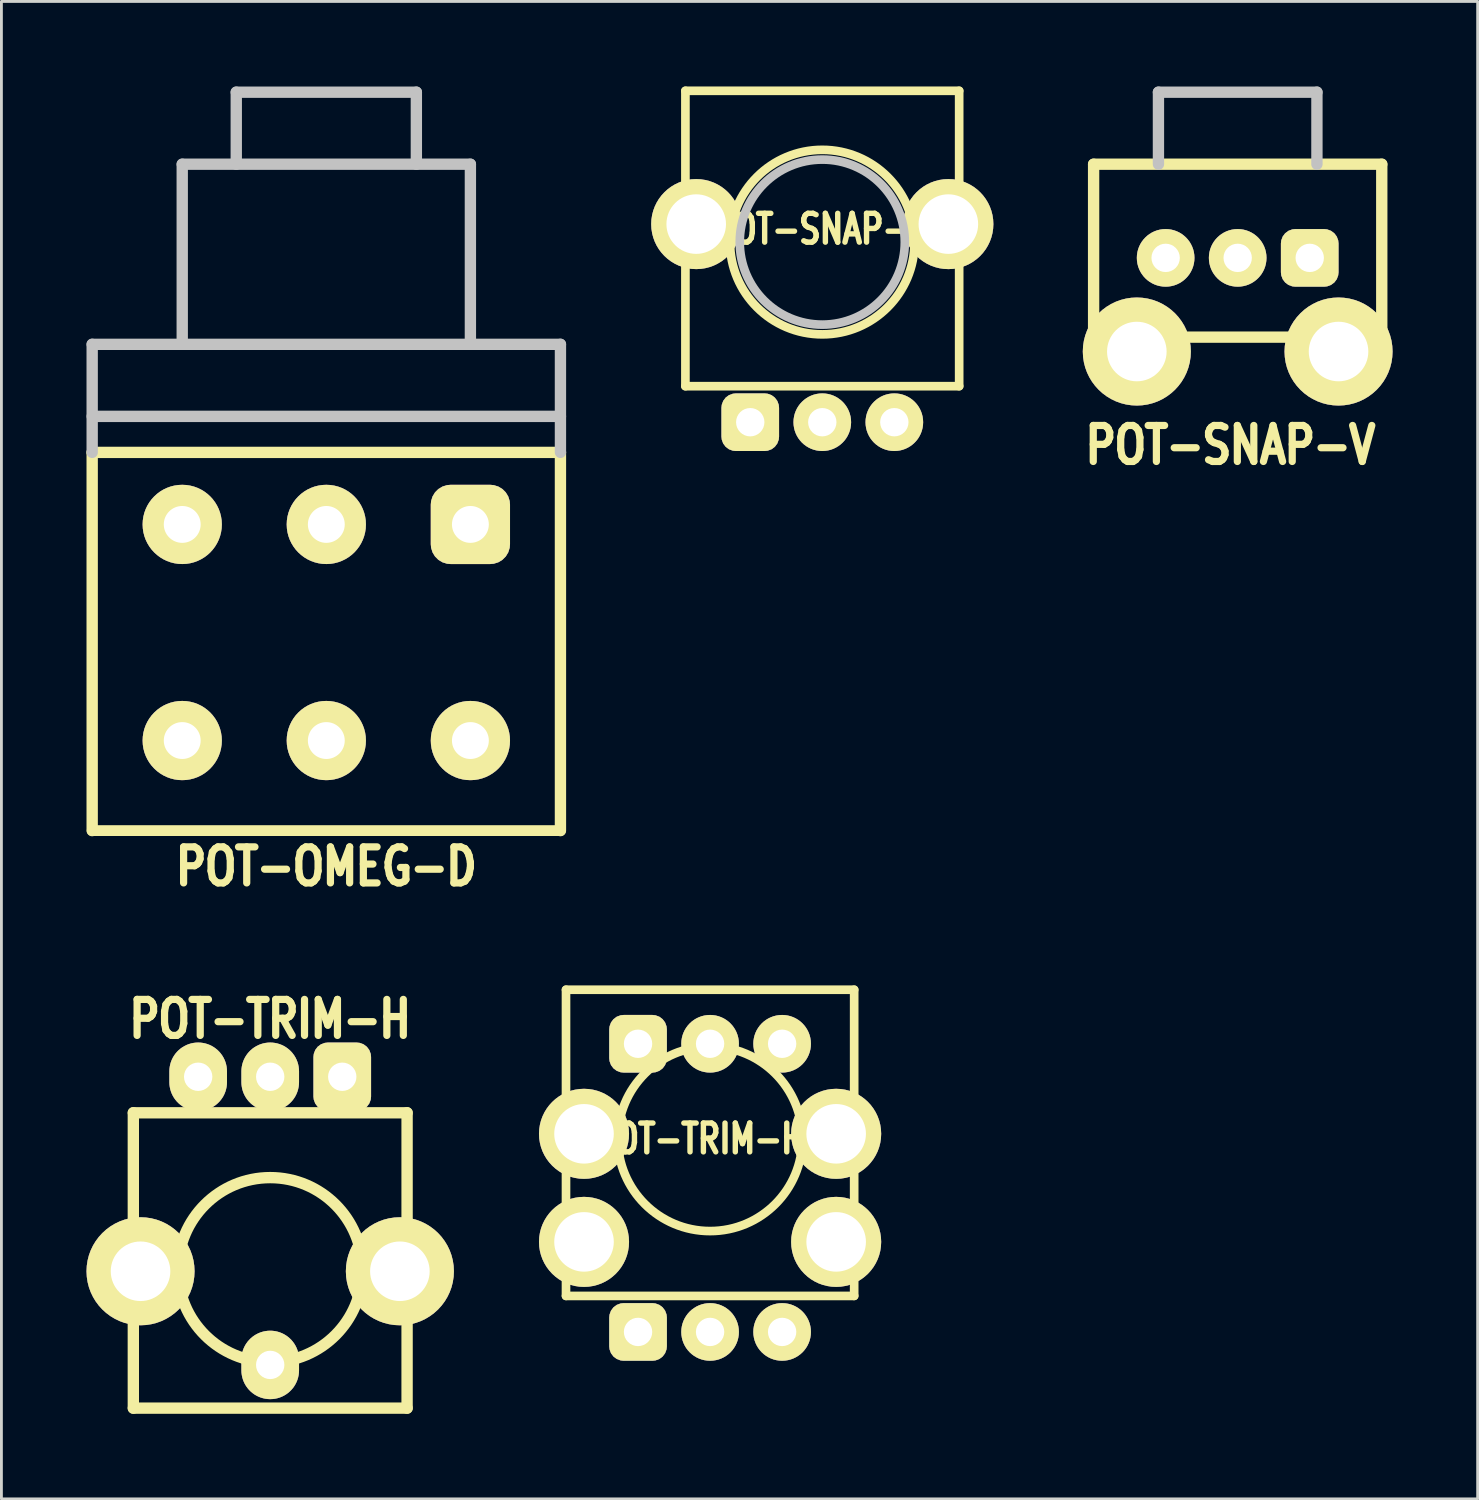
<source format=kicad_pcb>
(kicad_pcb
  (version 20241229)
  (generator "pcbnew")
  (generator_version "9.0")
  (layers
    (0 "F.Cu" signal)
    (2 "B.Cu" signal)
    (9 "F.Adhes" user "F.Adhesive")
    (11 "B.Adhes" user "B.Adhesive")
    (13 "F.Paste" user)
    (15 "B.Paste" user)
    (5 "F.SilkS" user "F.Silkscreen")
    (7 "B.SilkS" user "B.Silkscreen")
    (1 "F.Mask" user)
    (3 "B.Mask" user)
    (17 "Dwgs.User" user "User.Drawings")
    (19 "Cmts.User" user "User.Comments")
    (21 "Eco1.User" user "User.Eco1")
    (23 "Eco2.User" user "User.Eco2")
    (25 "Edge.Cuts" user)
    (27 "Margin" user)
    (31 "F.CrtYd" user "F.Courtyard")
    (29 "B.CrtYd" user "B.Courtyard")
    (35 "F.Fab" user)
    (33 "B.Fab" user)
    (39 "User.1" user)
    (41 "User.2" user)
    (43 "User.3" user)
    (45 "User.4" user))
  (footprint "POT-OMEG-D"
    (layer "F.Cu")
    (at 8.455 15.44)
    (property "Reference" "POT-OMEG-D" (at 0 12.065 0) (layer "F.SilkS") (effects (font (size 1.27 1.016) (thickness 0.254))))
    (attr through_hole)
    (fp_line (start -8.255 -2.54) (end -8.255 10.795) (stroke (width 0.4) (type solid)) (layer "F.SilkS"))
    (fp_line (start -8.255 -2.54) (end 8.255 -2.54) (stroke (width 0.4) (type solid)) (layer "F.SilkS"))
    (fp_line (start -8.255 10.795) (end 8.255 10.795) (stroke (width 0.381) (type solid)) (layer "F.SilkS"))
    (fp_line (start 8.255 -2.54) (end 8.255 10.795) (stroke (width 0.4) (type solid)) (layer "F.SilkS"))
    (fp_line (start -8.255 -6.35) (end -8.255 -2.54) (stroke (width 0.4) (type solid)) (layer "Dwgs.User"))
    (fp_line (start -8.255 -6.35) (end 8.255 -6.35) (stroke (width 0.4) (type solid)) (layer "Dwgs.User"))
    (fp_line (start -8.255 -3.81) (end 8.255 -3.81) (stroke (width 0.4) (type solid)) (layer "Dwgs.User"))
    (fp_line (start -5.08 -12.7) (end 5.08 -12.7) (stroke (width 0.4) (type solid)) (layer "Dwgs.User"))
    (fp_line (start -5.08 -6.35) (end -5.08 -12.7) (stroke (width 0.4) (type solid)) (layer "Dwgs.User"))
    (fp_line (start -3.175 -15.24) (end 3.175 -15.24) (stroke (width 0.4) (type solid)) (layer "Dwgs.User"))
    (fp_line (start -3.175 -12.7) (end -3.175 -15.24) (stroke (width 0.4) (type solid)) (layer "Dwgs.User"))
    (fp_line (start 3.175 -15.24) (end 3.175 -12.7) (stroke (width 0.4) (type solid)) (layer "Dwgs.User"))
    (fp_line (start 5.08 -12.7) (end 5.08 -6.35) (stroke (width 0.4) (type solid)) (layer "Dwgs.User"))
    (fp_line (start 8.255 -6.35) (end 8.255 -2.54) (stroke (width 0.4) (type solid)) (layer "Dwgs.User"))
    (pad "2" thru_hole circle (at 0 0) (size 2.794 2.794) (drill 1.3) (layers "*.Cu" "*.Mask" "F.SilkS"))
    (pad "3" thru_hole circle (at -5.08 0) (size 2.794 2.794) (drill 1.3) (layers "*.Cu" "*.Mask" "F.SilkS"))
    (pad "4" thru_hole circle (at 5.08 7.62) (size 2.794 2.794) (drill 1.3) (layers "*.Cu" "*.Mask" "F.SilkS"))
    (pad "5" thru_hole circle (at 0 7.62) (size 2.794 2.794) (drill 1.3) (layers "*.Cu" "*.Mask" "F.SilkS"))
    (pad "6" thru_hole circle (at -5.08 7.62) (size 2.794 2.794) (drill 1.3) (layers "*.Cu" "*.Mask" "F.SilkS"))
    (pad "e" thru_hole roundrect (at 5.08 0) (size 2.794 2.794) (drill 1.3) (layers "*.Cu" "*.Mask" "F.SilkS") (roundrect_rratio 0.25)))
  (footprint "POT-SNAP-V"
    (layer "F.Cu")
    (at 40.588 6.042)
    (property "Reference" "POT-SNAP-V" (at -0.254 6.604 0) (layer "F.SilkS") (effects (font (size 1.27 1.016) (thickness 0.254))))
    (attr through_hole)
    (fp_line (start -5.08 -3.302) (end -5.08 2.794) (stroke (width 0.4) (type solid)) (layer "F.SilkS"))
    (fp_line (start 5.08 -3.302) (end -5.08 -3.302) (stroke (width 0.4) (type solid)) (layer "F.SilkS"))
    (fp_line (start 5.08 -3.302) (end 5.08 2.794) (stroke (width 0.4) (type solid)) (layer "F.SilkS"))
    (fp_line (start 5.08 2.794) (end -5.08 2.794) (stroke (width 0.4) (type solid)) (layer "F.SilkS"))
    (fp_line (start -2.794 -5.842) (end 2.794 -5.842) (stroke (width 0.4) (type solid)) (layer "Dwgs.User"))
    (fp_line (start -2.794 -3.302) (end -2.794 -5.842) (stroke (width 0.4) (type solid)) (layer "Dwgs.User"))
    (fp_line (start 2.794 -5.842) (end 2.794 -3.302) (stroke (width 0.4) (type solid)) (layer "Dwgs.User"))
    (pad "" thru_hole circle (at -3.556 3.302) (size 3.81 3.81) (drill 2.1) (layers "*.Cu" "*.Mask" "F.SilkS"))
    (pad "" thru_hole circle (at 3.556 3.302) (size 3.81 3.81) (drill 2.1) (layers "*.Cu" "*.Mask" "F.SilkS"))
    (pad "1" thru_hole roundrect (at 2.54 0) (size 2.032 2.032) (drill 1) (layers "*.Cu" "*.Mask" "F.SilkS") (roundrect_rratio 0.25))
    (pad "2" thru_hole circle (at 0 0) (size 2.032 2.032) (drill 1) (layers "*.Cu" "*.Mask" "F.SilkS"))
    (pad "3" thru_hole circle (at -2.54 0) (size 2.032 2.032) (drill 1) (layers "*.Cu" "*.Mask" "F.SilkS")))
  (footprint "POT-SNAP-H"
    (layer "F.Cu")
    (at 25.942 11.836)
    (property "Reference" "POT-SNAP-H" (at 0 -6.809 0) (layer "F.SilkS") (effects (font (size 1.016 0.762) (thickness 0.191))))
    (attr through_hole)
    (fp_line (start -4.826 -11.684) (end 4.826 -11.684) (stroke (width 0.305) (type solid)) (layer "F.SilkS"))
    (fp_line (start -4.826 -1.27) (end -4.826 -11.684) (stroke (width 0.305) (type solid)) (layer "F.SilkS"))
    (fp_line (start -4.826 -1.27) (end 4.826 -1.27) (stroke (width 0.305) (type solid)) (layer "F.SilkS"))
    (fp_line (start 4.826 -1.27) (end 4.826 -11.684) (stroke (width 0.305) (type solid)) (layer "F.SilkS"))
    (fp_circle (center 0 -6.35) (end -3.253 -6.35) (stroke (width 0.305) (type solid)) (fill no) (layer "F.SilkS"))
    (fp_circle (center 0 -6.35) (end 2.618 -5.08) (stroke (width 0.305) (type solid)) (fill no) (layer "Dwgs.User"))
    (pad "0" thru_hole circle (at -4.445 -6.985) (size 3.175 3.175) (drill 2.1) (layers "*.Cu" "*.Mask" "F.SilkS"))
    (pad "0" thru_hole circle (at 4.445 -6.985) (size 3.175 3.175) (drill 2.1) (layers "*.Cu" "*.Mask" "F.SilkS"))
    (pad "1" thru_hole roundrect (at -2.54 0) (size 2.032 2.032) (drill 1) (layers "*.Cu" "*.Mask" "F.SilkS") (roundrect_rratio 0.25))
    (pad "2" thru_hole circle (at 0 0) (size 2.032 2.032) (drill 1) (layers "*.Cu" "*.Mask" "F.SilkS"))
    (pad "3" thru_hole circle (at 2.54 0) (size 2.032 2.032) (drill 1) (layers "*.Cu" "*.Mask" "F.SilkS")))
  (footprint "POT-TRIM-H"
    (layer "F.Cu")
    (at 6.477 34.914)
    (property "Reference" "POT-TRIM-H" (at 0 -2.032 0) (layer "F.SilkS") (effects (font (size 1.27 1.016) (thickness 0.254))))
    (attr through_hole)
    (fp_line (start -4.826 1.27) (end -4.826 11.684) (stroke (width 0.4) (type solid)) (layer "F.SilkS"))
    (fp_line (start 4.826 1.27) (end -4.826 1.27) (stroke (width 0.4) (type solid)) (layer "F.SilkS"))
    (fp_line (start 4.826 1.27) (end 4.826 11.684) (stroke (width 0.4) (type solid)) (layer "F.SilkS"))
    (fp_line (start 4.826 11.684) (end -4.826 11.684) (stroke (width 0.4) (type solid)) (layer "F.SilkS"))
    (fp_circle (center 0 6.809) (end 3.253 6.809) (stroke (width 0.4) (type solid)) (fill no) (layer "F.SilkS"))
    (pad "" thru_hole circle (at -4.572 6.858) (size 3.81 3.81) (drill 2.1) (layers "*.Cu" "*.Mask" "F.SilkS"))
    (pad "" thru_hole circle (at 4.572 6.858) (size 3.81 3.81) (drill 2.1) (layers "*.Cu" "*.Mask" "F.SilkS"))
    (pad "1" thru_hole roundrect (at 2.54 0) (size 2.032 2.413) (drill 1) (layers "*.Cu" "*.Mask" "F.SilkS") (roundrect_rratio 0.25))
    (pad "2" thru_hole oval (at 0 0) (size 2.032 2.413) (drill 1) (layers "*.Cu" "*.Mask" "F.SilkS"))
    (pad "2" thru_hole oval (at 0 10.16) (size 2.032 2.413) (drill 1) (layers "*.Cu" "*.Mask" "F.SilkS"))
    (pad "3" thru_hole oval (at -2.54 0) (size 2.032 2.413) (drill 1) (layers "*.Cu" "*.Mask" "F.SilkS")))
  (footprint "POT-TRIM-HR"
    (layer "F.Cu")
    (at 21.986 43.911)
    (property "Reference" "POT-TRIM-HR" (at 0 -6.809 0) (layer "F.SilkS") (effects (font (size 1.016 0.762) (thickness 0.191))))
    (attr through_hole)
    (fp_line (start -5.08 -12.065) (end 5.08 -12.065) (stroke (width 0.305) (type solid)) (layer "F.SilkS"))
    (fp_line (start -5.08 -1.27) (end -5.08 -12.065) (stroke (width 0.305) (type solid)) (layer "F.SilkS"))
    (fp_line (start -5.08 -1.27) (end 5.08 -1.27) (stroke (width 0.305) (type solid)) (layer "F.SilkS"))
    (fp_line (start 5.08 -1.27) (end 5.08 -12.065) (stroke (width 0.305) (type solid)) (layer "F.SilkS"))
    (fp_circle (center 0 -6.809) (end -3.253 -6.809) (stroke (width 0.305) (type solid)) (fill no) (layer "F.SilkS"))
    (pad "0" thru_hole circle (at -4.445 -6.985) (size 3.175 3.175) (drill 2.1) (layers "*.Cu" "*.Mask" "F.SilkS"))
    (pad "0" thru_hole circle (at -4.445 -3.175) (size 3.175 3.175) (drill 2.1) (layers "*.Cu" "*.Mask" "F.SilkS"))
    (pad "0" thru_hole circle (at 4.445 -6.985) (size 3.175 3.175) (drill 2.1) (layers "*.Cu" "*.Mask" "F.SilkS"))
    (pad "0" thru_hole circle (at 4.445 -3.175) (size 3.175 3.175) (drill 2.1) (layers "*.Cu" "*.Mask" "F.SilkS"))
    (pad "1" thru_hole roundrect (at -2.54 -10.16) (size 2.032 2.032) (drill 1) (layers "*.Cu" "*.Mask" "F.SilkS") (roundrect_rratio 0.25))
    (pad "1" thru_hole roundrect (at -2.54 0) (size 2.032 2.032) (drill 1) (layers "*.Cu" "*.Mask" "F.SilkS") (roundrect_rratio 0.25))
    (pad "2" thru_hole circle (at 0 -10.16) (size 2.032 2.032) (drill 1) (layers "*.Cu" "*.Mask" "F.SilkS"))
    (pad "2" thru_hole circle (at 0 0) (size 2.032 2.032) (drill 1) (layers "*.Cu" "*.Mask" "F.SilkS"))
    (pad "3" thru_hole circle (at 2.54 -10.16) (size 2.032 2.032) (drill 1) (layers "*.Cu" "*.Mask" "F.SilkS"))
    (pad "3" thru_hole circle (at 2.54 0) (size 2.032 2.032) (drill 1) (layers "*.Cu" "*.Mask" "F.SilkS")))
  (gr_rect
    (start -3 -3)
    (end 49.049 49.798)
    (stroke (width 0.1) (type default))
    (fill no)
    (layer "Edge.Cuts")))
</source>
